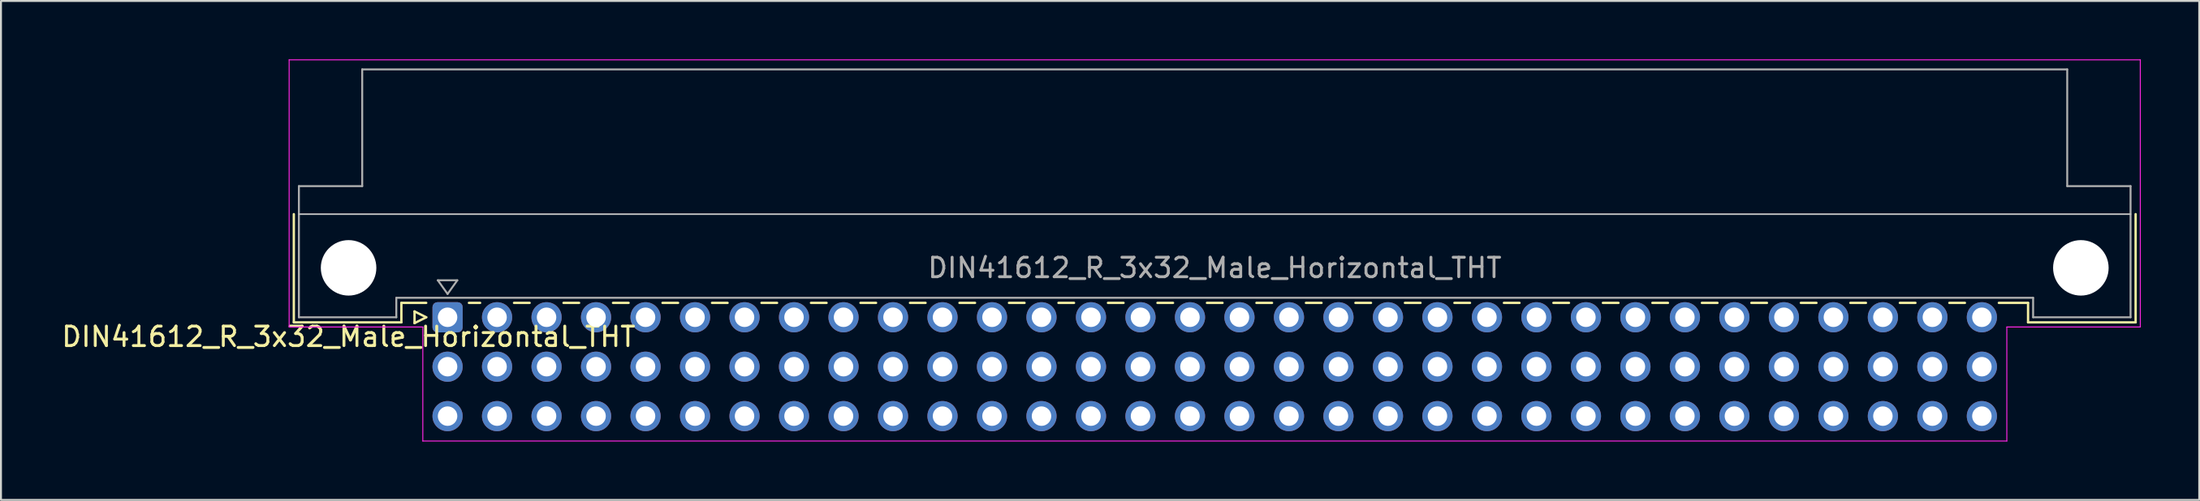
<source format=kicad_pcb>
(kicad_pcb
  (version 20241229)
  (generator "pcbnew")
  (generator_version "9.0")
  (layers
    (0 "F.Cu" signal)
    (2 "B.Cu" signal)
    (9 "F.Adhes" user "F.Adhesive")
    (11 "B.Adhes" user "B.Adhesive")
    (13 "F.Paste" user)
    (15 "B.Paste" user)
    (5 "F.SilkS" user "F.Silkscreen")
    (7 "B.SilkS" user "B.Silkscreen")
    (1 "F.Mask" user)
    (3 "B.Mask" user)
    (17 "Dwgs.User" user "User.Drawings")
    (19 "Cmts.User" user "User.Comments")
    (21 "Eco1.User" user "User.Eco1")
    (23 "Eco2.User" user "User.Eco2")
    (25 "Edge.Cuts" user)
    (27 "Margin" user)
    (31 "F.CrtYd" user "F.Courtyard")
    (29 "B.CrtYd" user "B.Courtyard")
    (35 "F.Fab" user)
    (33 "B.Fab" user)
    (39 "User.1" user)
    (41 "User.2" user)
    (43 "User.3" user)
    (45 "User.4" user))
  (footprint "DIN41612_R_3x32_Male_Horizontal_THT"
    (layer "F.Cu")
    (at 19.919 13.255)
    (property "Reference" "DIN41612_R_3x32_Male_Horizontal_THT" (at -5.08 1 0) (layer "F.SilkS") (effects (font (size 1 1) (thickness 0.15))))
    (attr through_hole)
    (fp_line (start -7.89 -5.3) (end -7.89 0.26) (stroke (width 0.12) (type solid)) (layer "F.SilkS"))
    (fp_line (start -7.89 0.26) (end -2.37 0.26) (stroke (width 0.12) (type solid)) (layer "F.SilkS"))
    (fp_line (start -2.371 -0.74) (end -1.095 -0.74) (stroke (width 0.12) (type solid)) (layer "F.SilkS"))
    (fp_line (start -2.37 0.26) (end -2.37 -0.74) (stroke (width 0.12) (type solid)) (layer "F.SilkS"))
    (fp_line (start -1.695 -0.3) (end -1.695 0.3) (stroke (width 0.12) (type solid)) (layer "F.SilkS"))
    (fp_line (start -1.695 0.3) (end -1.095 0) (stroke (width 0.12) (type solid)) (layer "F.SilkS"))
    (fp_line (start -1.095 0) (end -1.695 -0.3) (stroke (width 0.12) (type solid)) (layer "F.SilkS"))
    (fp_line (start 1.095 -0.74) (end 1.671 -0.74) (stroke (width 0.12) (type solid)) (layer "F.SilkS"))
    (fp_line (start 3.41 -0.74) (end 4.211 -0.74) (stroke (width 0.12) (type solid)) (layer "F.SilkS"))
    (fp_line (start 5.95 -0.74) (end 6.751 -0.74) (stroke (width 0.12) (type solid)) (layer "F.SilkS"))
    (fp_line (start 8.49 -0.74) (end 9.291 -0.74) (stroke (width 0.12) (type solid)) (layer "F.SilkS"))
    (fp_line (start 11.03 -0.74) (end 11.831 -0.74) (stroke (width 0.12) (type solid)) (layer "F.SilkS"))
    (fp_line (start 13.57 -0.74) (end 14.371 -0.74) (stroke (width 0.12) (type solid)) (layer "F.SilkS"))
    (fp_line (start 16.11 -0.74) (end 16.911 -0.74) (stroke (width 0.12) (type solid)) (layer "F.SilkS"))
    (fp_line (start 18.65 -0.74) (end 19.451 -0.74) (stroke (width 0.12) (type solid)) (layer "F.SilkS"))
    (fp_line (start 21.19 -0.74) (end 21.991 -0.74) (stroke (width 0.12) (type solid)) (layer "F.SilkS"))
    (fp_line (start 23.73 -0.74) (end 24.531 -0.74) (stroke (width 0.12) (type solid)) (layer "F.SilkS"))
    (fp_line (start 26.27 -0.74) (end 27.071 -0.74) (stroke (width 0.12) (type solid)) (layer "F.SilkS"))
    (fp_line (start 28.81 -0.74) (end 29.611 -0.74) (stroke (width 0.12) (type solid)) (layer "F.SilkS"))
    (fp_line (start 31.35 -0.74) (end 32.151 -0.74) (stroke (width 0.12) (type solid)) (layer "F.SilkS"))
    (fp_line (start 33.89 -0.74) (end 34.691 -0.74) (stroke (width 0.12) (type solid)) (layer "F.SilkS"))
    (fp_line (start 36.43 -0.74) (end 37.231 -0.74) (stroke (width 0.12) (type solid)) (layer "F.SilkS"))
    (fp_line (start 38.97 -0.74) (end 39.771 -0.74) (stroke (width 0.12) (type solid)) (layer "F.SilkS"))
    (fp_line (start 41.51 -0.74) (end 42.311 -0.74) (stroke (width 0.12) (type solid)) (layer "F.SilkS"))
    (fp_line (start 44.05 -0.74) (end 44.851 -0.74) (stroke (width 0.12) (type solid)) (layer "F.SilkS"))
    (fp_line (start 46.59 -0.74) (end 47.391 -0.74) (stroke (width 0.12) (type solid)) (layer "F.SilkS"))
    (fp_line (start 49.13 -0.74) (end 49.931 -0.74) (stroke (width 0.12) (type solid)) (layer "F.SilkS"))
    (fp_line (start 51.67 -0.74) (end 52.471 -0.74) (stroke (width 0.12) (type solid)) (layer "F.SilkS"))
    (fp_line (start 54.21 -0.74) (end 55.011 -0.74) (stroke (width 0.12) (type solid)) (layer "F.SilkS"))
    (fp_line (start 56.75 -0.74) (end 57.551 -0.74) (stroke (width 0.12) (type solid)) (layer "F.SilkS"))
    (fp_line (start 59.29 -0.74) (end 60.091 -0.74) (stroke (width 0.12) (type solid)) (layer "F.SilkS"))
    (fp_line (start 61.83 -0.74) (end 62.631 -0.74) (stroke (width 0.12) (type solid)) (layer "F.SilkS"))
    (fp_line (start 64.37 -0.74) (end 65.171 -0.74) (stroke (width 0.12) (type solid)) (layer "F.SilkS"))
    (fp_line (start 66.91 -0.74) (end 67.711 -0.74) (stroke (width 0.12) (type solid)) (layer "F.SilkS"))
    (fp_line (start 69.45 -0.74) (end 70.251 -0.74) (stroke (width 0.12) (type solid)) (layer "F.SilkS"))
    (fp_line (start 71.99 -0.74) (end 72.791 -0.74) (stroke (width 0.12) (type solid)) (layer "F.SilkS"))
    (fp_line (start 74.53 -0.74) (end 75.331 -0.74) (stroke (width 0.12) (type solid)) (layer "F.SilkS"))
    (fp_line (start 77.07 -0.74) (end 77.871 -0.74) (stroke (width 0.12) (type solid)) (layer "F.SilkS"))
    (fp_line (start 79.61 -0.74) (end 81.11 -0.74) (stroke (width 0.12) (type solid)) (layer "F.SilkS"))
    (fp_line (start 81.11 0.26) (end 81.11 -0.74) (stroke (width 0.12) (type solid)) (layer "F.SilkS"))
    (fp_line (start 86.63 -5.3) (end 86.63 0.26) (stroke (width 0.12) (type solid)) (layer "F.SilkS"))
    (fp_line (start 86.63 0.26) (end 81.11 0.26) (stroke (width 0.12) (type solid)) (layer "F.SilkS"))
    (fp_line (start -7.63 -5.3) (end 86.37 -5.3) (stroke (width 0.08) (type solid)) (layer "Dwgs.User"))
    (fp_line (start -8.13 -13.23) (end -8.13 0.5) (stroke (width 0.05) (type solid)) (layer "F.CrtYd"))
    (fp_line (start -8.13 0.5) (end -1.27 0.5) (stroke (width 0.05) (type solid)) (layer "F.CrtYd"))
    (fp_line (start -1.27 0.5) (end -1.27 6.36) (stroke (width 0.05) (type solid)) (layer "F.CrtYd"))
    (fp_line (start -1.27 6.36) (end 80.02 6.36) (stroke (width 0.05) (type solid)) (layer "F.CrtYd"))
    (fp_line (start 80.02 0.5) (end 86.87 0.5) (stroke (width 0.05) (type solid)) (layer "F.CrtYd"))
    (fp_line (start 80.02 6.36) (end 80.02 0.5) (stroke (width 0.05) (type solid)) (layer "F.CrtYd"))
    (fp_line (start 86.87 -13.23) (end -8.13 -13.23) (stroke (width 0.05) (type solid)) (layer "F.CrtYd"))
    (fp_line (start 86.87 0.5) (end 86.87 -13.23) (stroke (width 0.05) (type solid)) (layer "F.CrtYd"))
    (fp_line (start -7.63 -6.74) (end -7.63 0) (stroke (width 0.1) (type solid)) (layer "F.Fab"))
    (fp_line (start -7.63 0) (end -2.63 0) (stroke (width 0.1) (type solid)) (layer "F.Fab"))
    (fp_line (start -4.38 -12.74) (end -4.38 -6.74) (stroke (width 0.1) (type solid)) (layer "F.Fab"))
    (fp_line (start -4.38 -6.74) (end -7.63 -6.74) (stroke (width 0.1) (type solid)) (layer "F.Fab"))
    (fp_line (start -2.63 -1) (end 81.37 -1) (stroke (width 0.1) (type solid)) (layer "F.Fab"))
    (fp_line (start -2.63 0) (end -2.63 -1) (stroke (width 0.1) (type solid)) (layer "F.Fab"))
    (fp_line (start -0.5 -1.9) (end 0.5 -1.9) (stroke (width 0.1) (type solid)) (layer "F.Fab"))
    (fp_line (start 0 -1.2) (end -0.5 -1.9) (stroke (width 0.1) (type solid)) (layer "F.Fab"))
    (fp_line (start 0.5 -1.9) (end 0 -1.2) (stroke (width 0.1) (type solid)) (layer "F.Fab"))
    (fp_line (start 81.37 -1) (end 81.37 0) (stroke (width 0.1) (type solid)) (layer "F.Fab"))
    (fp_line (start 81.37 0) (end 86.37 0) (stroke (width 0.1) (type solid)) (layer "F.Fab"))
    (fp_line (start 83.12 -12.74) (end -4.38 -12.74) (stroke (width 0.1) (type solid)) (layer "F.Fab"))
    (fp_line (start 83.12 -6.74) (end 83.12 -12.74) (stroke (width 0.1) (type solid)) (layer "F.Fab"))
    (fp_line (start 86.37 -6.74) (end 83.12 -6.74) (stroke (width 0.1) (type solid)) (layer "F.Fab"))
    (fp_line (start 86.37 0) (end 86.37 -6.74) (stroke (width 0.1) (type solid)) (layer "F.Fab"))
    (fp_text user "${REFERENCE}" (at 39.37 -2.54 0) (layer "F.Fab") (effects (font (size 1 1) (thickness 0.15))))
    (pad "" np_thru_hole circle (at -5.08 -2.54) (size 2.85 2.85) (drill 2.85) (layers "*.Cu" "*.Mask"))
    (pad "" np_thru_hole circle (at 83.82 -2.54) (size 2.85 2.85) (drill 2.85) (layers "*.Cu" "*.Mask"))
    (pad "A1" thru_hole roundrect (at 0 0) (size 1.55 1.55) (drill 1) (layers "*.Cu" "*.Mask") (roundrect_rratio 0.161))
    (pad "A2" thru_hole circle (at 2.54 0) (size 1.55 1.55) (drill 1) (layers "*.Cu" "*.Mask"))
    (pad "A3" thru_hole circle (at 5.08 0) (size 1.55 1.55) (drill 1) (layers "*.Cu" "*.Mask"))
    (pad "A4" thru_hole circle (at 7.62 0) (size 1.55 1.55) (drill 1) (layers "*.Cu" "*.Mask"))
    (pad "A5" thru_hole circle (at 10.16 0) (size 1.55 1.55) (drill 1) (layers "*.Cu" "*.Mask"))
    (pad "A6" thru_hole circle (at 12.7 0) (size 1.55 1.55) (drill 1) (layers "*.Cu" "*.Mask"))
    (pad "A7" thru_hole circle (at 15.24 0) (size 1.55 1.55) (drill 1) (layers "*.Cu" "*.Mask"))
    (pad "A8" thru_hole circle (at 17.78 0) (size 1.55 1.55) (drill 1) (layers "*.Cu" "*.Mask"))
    (pad "A9" thru_hole circle (at 20.32 0) (size 1.55 1.55) (drill 1) (layers "*.Cu" "*.Mask"))
    (pad "A10" thru_hole circle (at 22.86 0) (size 1.55 1.55) (drill 1) (layers "*.Cu" "*.Mask"))
    (pad "A11" thru_hole circle (at 25.4 0) (size 1.55 1.55) (drill 1) (layers "*.Cu" "*.Mask"))
    (pad "A12" thru_hole circle (at 27.94 0) (size 1.55 1.55) (drill 1) (layers "*.Cu" "*.Mask"))
    (pad "A13" thru_hole circle (at 30.48 0) (size 1.55 1.55) (drill 1) (layers "*.Cu" "*.Mask"))
    (pad "A14" thru_hole circle (at 33.02 0) (size 1.55 1.55) (drill 1) (layers "*.Cu" "*.Mask"))
    (pad "A15" thru_hole circle (at 35.56 0) (size 1.55 1.55) (drill 1) (layers "*.Cu" "*.Mask"))
    (pad "A16" thru_hole circle (at 38.1 0) (size 1.55 1.55) (drill 1) (layers "*.Cu" "*.Mask"))
    (pad "A17" thru_hole circle (at 40.64 0) (size 1.55 1.55) (drill 1) (layers "*.Cu" "*.Mask"))
    (pad "A18" thru_hole circle (at 43.18 0) (size 1.55 1.55) (drill 1) (layers "*.Cu" "*.Mask"))
    (pad "A19" thru_hole circle (at 45.72 0) (size 1.55 1.55) (drill 1) (layers "*.Cu" "*.Mask"))
    (pad "A20" thru_hole circle (at 48.26 0) (size 1.55 1.55) (drill 1) (layers "*.Cu" "*.Mask"))
    (pad "A21" thru_hole circle (at 50.8 0) (size 1.55 1.55) (drill 1) (layers "*.Cu" "*.Mask"))
    (pad "A22" thru_hole circle (at 53.34 0) (size 1.55 1.55) (drill 1) (layers "*.Cu" "*.Mask"))
    (pad "A23" thru_hole circle (at 55.88 0) (size 1.55 1.55) (drill 1) (layers "*.Cu" "*.Mask"))
    (pad "A24" thru_hole circle (at 58.42 0) (size 1.55 1.55) (drill 1) (layers "*.Cu" "*.Mask"))
    (pad "A25" thru_hole circle (at 60.96 0) (size 1.55 1.55) (drill 1) (layers "*.Cu" "*.Mask"))
    (pad "A26" thru_hole circle (at 63.5 0) (size 1.55 1.55) (drill 1) (layers "*.Cu" "*.Mask"))
    (pad "A27" thru_hole circle (at 66.04 0) (size 1.55 1.55) (drill 1) (layers "*.Cu" "*.Mask"))
    (pad "A28" thru_hole circle (at 68.58 0) (size 1.55 1.55) (drill 1) (layers "*.Cu" "*.Mask"))
    (pad "A29" thru_hole circle (at 71.12 0) (size 1.55 1.55) (drill 1) (layers "*.Cu" "*.Mask"))
    (pad "A30" thru_hole circle (at 73.66 0) (size 1.55 1.55) (drill 1) (layers "*.Cu" "*.Mask"))
    (pad "A31" thru_hole circle (at 76.2 0) (size 1.55 1.55) (drill 1) (layers "*.Cu" "*.Mask"))
    (pad "A32" thru_hole circle (at 78.74 0) (size 1.55 1.55) (drill 1) (layers "*.Cu" "*.Mask"))
    (pad "B1" thru_hole circle (at 0 2.54) (size 1.55 1.55) (drill 1) (layers "*.Cu" "*.Mask"))
    (pad "B2" thru_hole circle (at 2.54 2.54) (size 1.55 1.55) (drill 1) (layers "*.Cu" "*.Mask"))
    (pad "B3" thru_hole circle (at 5.08 2.54) (size 1.55 1.55) (drill 1) (layers "*.Cu" "*.Mask"))
    (pad "B4" thru_hole circle (at 7.62 2.54) (size 1.55 1.55) (drill 1) (layers "*.Cu" "*.Mask"))
    (pad "B5" thru_hole circle (at 10.16 2.54) (size 1.55 1.55) (drill 1) (layers "*.Cu" "*.Mask"))
    (pad "B6" thru_hole circle (at 12.7 2.54) (size 1.55 1.55) (drill 1) (layers "*.Cu" "*.Mask"))
    (pad "B7" thru_hole circle (at 15.24 2.54) (size 1.55 1.55) (drill 1) (layers "*.Cu" "*.Mask"))
    (pad "B8" thru_hole circle (at 17.78 2.54) (size 1.55 1.55) (drill 1) (layers "*.Cu" "*.Mask"))
    (pad "B9" thru_hole circle (at 20.32 2.54) (size 1.55 1.55) (drill 1) (layers "*.Cu" "*.Mask"))
    (pad "B10" thru_hole circle (at 22.86 2.54) (size 1.55 1.55) (drill 1) (layers "*.Cu" "*.Mask"))
    (pad "B11" thru_hole circle (at 25.4 2.54) (size 1.55 1.55) (drill 1) (layers "*.Cu" "*.Mask"))
    (pad "B12" thru_hole circle (at 27.94 2.54) (size 1.55 1.55) (drill 1) (layers "*.Cu" "*.Mask"))
    (pad "B13" thru_hole circle (at 30.48 2.54) (size 1.55 1.55) (drill 1) (layers "*.Cu" "*.Mask"))
    (pad "B14" thru_hole circle (at 33.02 2.54) (size 1.55 1.55) (drill 1) (layers "*.Cu" "*.Mask"))
    (pad "B15" thru_hole circle (at 35.56 2.54) (size 1.55 1.55) (drill 1) (layers "*.Cu" "*.Mask"))
    (pad "B16" thru_hole circle (at 38.1 2.54) (size 1.55 1.55) (drill 1) (layers "*.Cu" "*.Mask"))
    (pad "B17" thru_hole circle (at 40.64 2.54) (size 1.55 1.55) (drill 1) (layers "*.Cu" "*.Mask"))
    (pad "B18" thru_hole circle (at 43.18 2.54) (size 1.55 1.55) (drill 1) (layers "*.Cu" "*.Mask"))
    (pad "B19" thru_hole circle (at 45.72 2.54) (size 1.55 1.55) (drill 1) (layers "*.Cu" "*.Mask"))
    (pad "B20" thru_hole circle (at 48.26 2.54) (size 1.55 1.55) (drill 1) (layers "*.Cu" "*.Mask"))
    (pad "B21" thru_hole circle (at 50.8 2.54) (size 1.55 1.55) (drill 1) (layers "*.Cu" "*.Mask"))
    (pad "B22" thru_hole circle (at 53.34 2.54) (size 1.55 1.55) (drill 1) (layers "*.Cu" "*.Mask"))
    (pad "B23" thru_hole circle (at 55.88 2.54) (size 1.55 1.55) (drill 1) (layers "*.Cu" "*.Mask"))
    (pad "B24" thru_hole circle (at 58.42 2.54) (size 1.55 1.55) (drill 1) (layers "*.Cu" "*.Mask"))
    (pad "B25" thru_hole circle (at 60.96 2.54) (size 1.55 1.55) (drill 1) (layers "*.Cu" "*.Mask"))
    (pad "B26" thru_hole circle (at 63.5 2.54) (size 1.55 1.55) (drill 1) (layers "*.Cu" "*.Mask"))
    (pad "B27" thru_hole circle (at 66.04 2.54) (size 1.55 1.55) (drill 1) (layers "*.Cu" "*.Mask"))
    (pad "B28" thru_hole circle (at 68.58 2.54) (size 1.55 1.55) (drill 1) (layers "*.Cu" "*.Mask"))
    (pad "B29" thru_hole circle (at 71.12 2.54) (size 1.55 1.55) (drill 1) (layers "*.Cu" "*.Mask"))
    (pad "B30" thru_hole circle (at 73.66 2.54) (size 1.55 1.55) (drill 1) (layers "*.Cu" "*.Mask"))
    (pad "B31" thru_hole circle (at 76.2 2.54) (size 1.55 1.55) (drill 1) (layers "*.Cu" "*.Mask"))
    (pad "B32" thru_hole circle (at 78.74 2.54) (size 1.55 1.55) (drill 1) (layers "*.Cu" "*.Mask"))
    (pad "C1" thru_hole circle (at 0 5.08) (size 1.55 1.55) (drill 1) (layers "*.Cu" "*.Mask"))
    (pad "C2" thru_hole circle (at 2.54 5.08) (size 1.55 1.55) (drill 1) (layers "*.Cu" "*.Mask"))
    (pad "C3" thru_hole circle (at 5.08 5.08) (size 1.55 1.55) (drill 1) (layers "*.Cu" "*.Mask"))
    (pad "C4" thru_hole circle (at 7.62 5.08) (size 1.55 1.55) (drill 1) (layers "*.Cu" "*.Mask"))
    (pad "C5" thru_hole circle (at 10.16 5.08) (size 1.55 1.55) (drill 1) (layers "*.Cu" "*.Mask"))
    (pad "C6" thru_hole circle (at 12.7 5.08) (size 1.55 1.55) (drill 1) (layers "*.Cu" "*.Mask"))
    (pad "C7" thru_hole circle (at 15.24 5.08) (size 1.55 1.55) (drill 1) (layers "*.Cu" "*.Mask"))
    (pad "C8" thru_hole circle (at 17.78 5.08) (size 1.55 1.55) (drill 1) (layers "*.Cu" "*.Mask"))
    (pad "C9" thru_hole circle (at 20.32 5.08) (size 1.55 1.55) (drill 1) (layers "*.Cu" "*.Mask"))
    (pad "C10" thru_hole circle (at 22.86 5.08) (size 1.55 1.55) (drill 1) (layers "*.Cu" "*.Mask"))
    (pad "C11" thru_hole circle (at 25.4 5.08) (size 1.55 1.55) (drill 1) (layers "*.Cu" "*.Mask"))
    (pad "C12" thru_hole circle (at 27.94 5.08) (size 1.55 1.55) (drill 1) (layers "*.Cu" "*.Mask"))
    (pad "C13" thru_hole circle (at 30.48 5.08) (size 1.55 1.55) (drill 1) (layers "*.Cu" "*.Mask"))
    (pad "C14" thru_hole circle (at 33.02 5.08) (size 1.55 1.55) (drill 1) (layers "*.Cu" "*.Mask"))
    (pad "C15" thru_hole circle (at 35.56 5.08) (size 1.55 1.55) (drill 1) (layers "*.Cu" "*.Mask"))
    (pad "C16" thru_hole circle (at 38.1 5.08) (size 1.55 1.55) (drill 1) (layers "*.Cu" "*.Mask"))
    (pad "C17" thru_hole circle (at 40.64 5.08) (size 1.55 1.55) (drill 1) (layers "*.Cu" "*.Mask"))
    (pad "C18" thru_hole circle (at 43.18 5.08) (size 1.55 1.55) (drill 1) (layers "*.Cu" "*.Mask"))
    (pad "C19" thru_hole circle (at 45.72 5.08) (size 1.55 1.55) (drill 1) (layers "*.Cu" "*.Mask"))
    (pad "C20" thru_hole circle (at 48.26 5.08) (size 1.55 1.55) (drill 1) (layers "*.Cu" "*.Mask"))
    (pad "C21" thru_hole circle (at 50.8 5.08) (size 1.55 1.55) (drill 1) (layers "*.Cu" "*.Mask"))
    (pad "C22" thru_hole circle (at 53.34 5.08) (size 1.55 1.55) (drill 1) (layers "*.Cu" "*.Mask"))
    (pad "C23" thru_hole circle (at 55.88 5.08) (size 1.55 1.55) (drill 1) (layers "*.Cu" "*.Mask"))
    (pad "C24" thru_hole circle (at 58.42 5.08) (size 1.55 1.55) (drill 1) (layers "*.Cu" "*.Mask"))
    (pad "C25" thru_hole circle (at 60.96 5.08) (size 1.55 1.55) (drill 1) (layers "*.Cu" "*.Mask"))
    (pad "C26" thru_hole circle (at 63.5 5.08) (size 1.55 1.55) (drill 1) (layers "*.Cu" "*.Mask"))
    (pad "C27" thru_hole circle (at 66.04 5.08) (size 1.55 1.55) (drill 1) (layers "*.Cu" "*.Mask"))
    (pad "C28" thru_hole circle (at 68.58 5.08) (size 1.55 1.55) (drill 1) (layers "*.Cu" "*.Mask"))
    (pad "C29" thru_hole circle (at 71.12 5.08) (size 1.55 1.55) (drill 1) (layers "*.Cu" "*.Mask"))
    (pad "C30" thru_hole circle (at 73.66 5.08) (size 1.55 1.55) (drill 1) (layers "*.Cu" "*.Mask"))
    (pad "C31" thru_hole circle (at 76.2 5.08) (size 1.55 1.55) (drill 1) (layers "*.Cu" "*.Mask"))
    (pad "C32" thru_hole circle (at 78.74 5.08) (size 1.55 1.55) (drill 1) (layers "*.Cu" "*.Mask")))
  (gr_rect
    (start -3 -3)
    (end 109.814 22.64)
    (stroke (width 0.1) (type default))
    (fill no)
    (layer "Edge.Cuts")))
</source>
